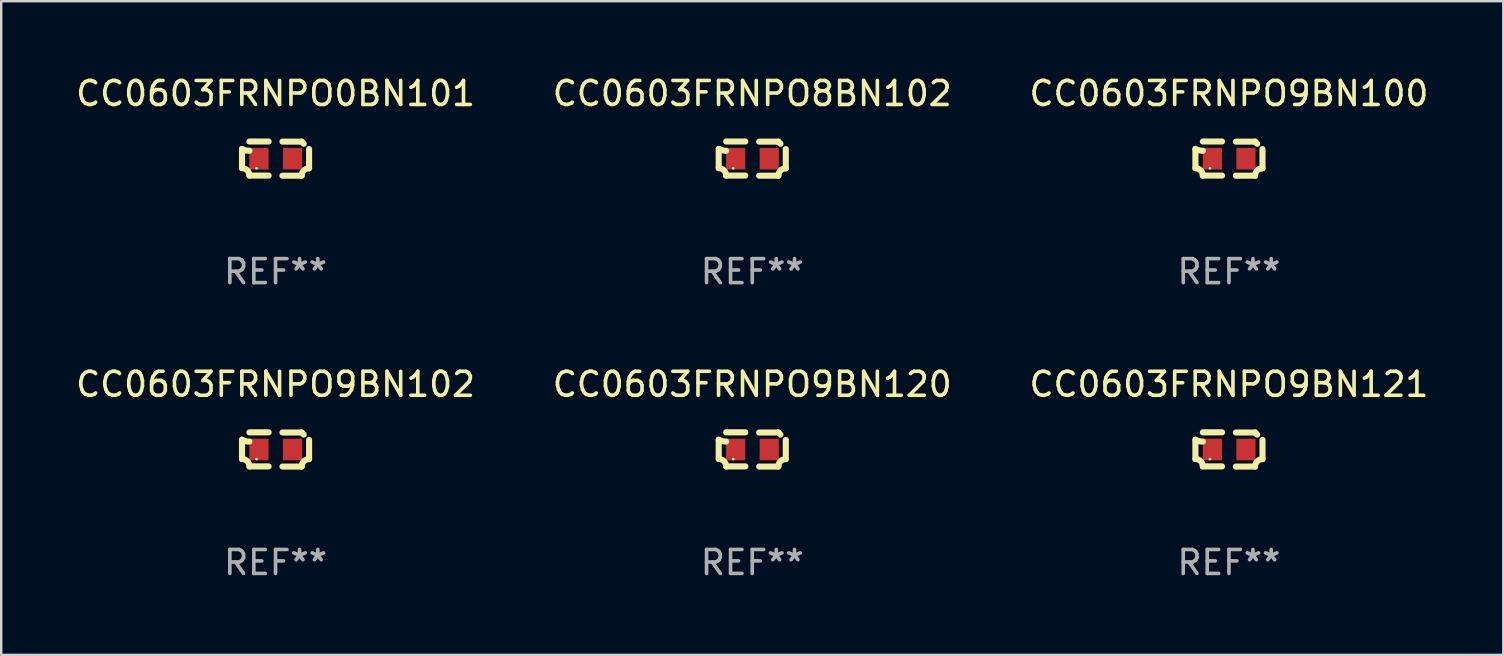
<source format=kicad_pcb>
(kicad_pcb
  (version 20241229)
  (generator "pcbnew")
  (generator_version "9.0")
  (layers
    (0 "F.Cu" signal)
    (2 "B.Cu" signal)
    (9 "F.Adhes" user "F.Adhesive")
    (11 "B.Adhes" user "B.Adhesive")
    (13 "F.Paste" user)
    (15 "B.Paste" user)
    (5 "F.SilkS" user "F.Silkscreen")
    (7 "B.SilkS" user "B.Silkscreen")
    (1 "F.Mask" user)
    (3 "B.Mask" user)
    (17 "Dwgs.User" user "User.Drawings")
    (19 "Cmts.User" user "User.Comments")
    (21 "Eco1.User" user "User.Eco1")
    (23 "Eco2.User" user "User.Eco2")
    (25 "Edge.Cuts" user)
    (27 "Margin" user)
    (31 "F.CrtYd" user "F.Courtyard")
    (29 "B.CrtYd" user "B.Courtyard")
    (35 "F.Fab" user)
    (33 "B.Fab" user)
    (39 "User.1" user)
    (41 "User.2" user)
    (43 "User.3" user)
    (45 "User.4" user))
  (footprint "CC0603FRNPO9BN121"
    (layer "F.Cu")
    (at 48.173 15.683)
    (property "Reference" "CC0603FRNPO9BN121" (at 0 -2.713 0) (layer "F.SilkS") (effects (font (size 1 1) (thickness 0.15))))
    (attr through_hole)
    (fp_line (start -1.398 -0.403) (end -1.398 0.397) (stroke (width 0.254) (type solid)) (layer "F.SilkS"))
    (fp_line (start -0.288 -0.713) (end -1.088 -0.713) (stroke (width 0.254) (type solid)) (layer "F.SilkS"))
    (fp_line (start -0.288 0.707) (end -1.088 0.707) (stroke (width 0.254) (type solid)) (layer "F.SilkS"))
    (fp_line (start 0.288 -0.707) (end 1.088 -0.707) (stroke (width 0.254) (type solid)) (layer "F.SilkS"))
    (fp_line (start 0.288 0.713) (end 1.088 0.713) (stroke (width 0.254) (type solid)) (layer "F.SilkS"))
    (fp_line (start 1.398 -0.397) (end 1.398 0.403) (stroke (width 0.254) (type solid)) (layer "F.SilkS"))
    (fp_arc (start -1.397789 0.397066) (mid -1.178701 0.487826) (end -1.08796 0.706922) (stroke (width 0.254001) (type solid)) (layer "F.SilkS"))
    (fp_arc (start -1.08796 -0.327176) (mid -1.247436 -0.346384) (end -1.39779 -0.402908) (stroke (width 0.254001) (type solid)) (layer "F.SilkS"))
    (fp_arc (start 1.087909 0.712738) (mid 1.178656 0.493655) (end 1.397739 0.402908) (stroke (width 0.254001) (type solid)) (layer "F.SilkS"))
    (fp_arc (start 1.175925 -0.618926) (mid 1.131917 -0.662923) (end 1.08791 -0.706922) (stroke (width 0.254001) (type solid)) (layer "F.SilkS"))
    (fp_circle (center -0.792 0.403) (end -0.762 0.403) (stroke (width 0.06) (type solid)) (fill no) (layer "F.SilkS"))
    (fp_text user "REF**" (at 0 4.713 0) (layer "F.Fab") (effects (font (size 1 1) (thickness 0.15))))
    (pad "1" smd rect (at -0.692 0.003) (size 0.8 0.9) (layers "F.Cu" "F.Mask" "F.Paste"))
    (pad "2" smd rect (at 0.708 0.003) (size 0.8 0.9) (layers "F.Cu" "F.Mask" "F.Paste")))
  (footprint "CC0603FRNPO0BN101"
    (layer "F.Cu")
    (at 8.435 3.561)
    (property "Reference" "CC0603FRNPO0BN101" (at 0 -2.713 0) (layer "F.SilkS") (effects (font (size 1 1) (thickness 0.15))))
    (attr through_hole)
    (fp_line (start -1.398 -0.403) (end -1.398 0.397) (stroke (width 0.254) (type solid)) (layer "F.SilkS"))
    (fp_line (start -0.288 -0.713) (end -1.088 -0.713) (stroke (width 0.254) (type solid)) (layer "F.SilkS"))
    (fp_line (start -0.288 0.707) (end -1.088 0.707) (stroke (width 0.254) (type solid)) (layer "F.SilkS"))
    (fp_line (start 0.288 -0.707) (end 1.088 -0.707) (stroke (width 0.254) (type solid)) (layer "F.SilkS"))
    (fp_line (start 0.288 0.713) (end 1.088 0.713) (stroke (width 0.254) (type solid)) (layer "F.SilkS"))
    (fp_line (start 1.398 -0.397) (end 1.398 0.403) (stroke (width 0.254) (type solid)) (layer "F.SilkS"))
    (fp_arc (start -1.397789 0.397066) (mid -1.178701 0.487826) (end -1.08796 0.706922) (stroke (width 0.254001) (type solid)) (layer "F.SilkS"))
    (fp_arc (start -1.08796 -0.327176) (mid -1.247436 -0.346384) (end -1.39779 -0.402908) (stroke (width 0.254001) (type solid)) (layer "F.SilkS"))
    (fp_arc (start 1.087909 0.712738) (mid 1.178656 0.493655) (end 1.397739 0.402908) (stroke (width 0.254001) (type solid)) (layer "F.SilkS"))
    (fp_arc (start 1.175925 -0.618926) (mid 1.131917 -0.662923) (end 1.08791 -0.706922) (stroke (width 0.254001) (type solid)) (layer "F.SilkS"))
    (fp_circle (center -0.792 0.403) (end -0.762 0.403) (stroke (width 0.06) (type solid)) (fill no) (layer "F.SilkS"))
    (fp_text user "REF**" (at 0 4.713 0) (layer "F.Fab") (effects (font (size 1 1) (thickness 0.15))))
    (pad "1" smd rect (at -0.692 0.003) (size 0.8 0.9) (layers "F.Cu" "F.Mask" "F.Paste"))
    (pad "2" smd rect (at 0.708 0.003) (size 0.8 0.9) (layers "F.Cu" "F.Mask" "F.Paste")))
  (footprint "CC0603FRNPO9BN100"
    (layer "F.Cu")
    (at 48.173 3.561)
    (property "Reference" "CC0603FRNPO9BN100" (at 0 -2.713 0) (layer "F.SilkS") (effects (font (size 1 1) (thickness 0.15))))
    (attr through_hole)
    (fp_line (start -1.398 -0.403) (end -1.398 0.397) (stroke (width 0.254) (type solid)) (layer "F.SilkS"))
    (fp_line (start -0.288 -0.713) (end -1.088 -0.713) (stroke (width 0.254) (type solid)) (layer "F.SilkS"))
    (fp_line (start -0.288 0.707) (end -1.088 0.707) (stroke (width 0.254) (type solid)) (layer "F.SilkS"))
    (fp_line (start 0.288 -0.707) (end 1.088 -0.707) (stroke (width 0.254) (type solid)) (layer "F.SilkS"))
    (fp_line (start 0.288 0.713) (end 1.088 0.713) (stroke (width 0.254) (type solid)) (layer "F.SilkS"))
    (fp_line (start 1.398 -0.397) (end 1.398 0.403) (stroke (width 0.254) (type solid)) (layer "F.SilkS"))
    (fp_arc (start -1.397789 0.397066) (mid -1.178701 0.487826) (end -1.08796 0.706922) (stroke (width 0.254001) (type solid)) (layer "F.SilkS"))
    (fp_arc (start -1.08796 -0.327176) (mid -1.247436 -0.346384) (end -1.39779 -0.402908) (stroke (width 0.254001) (type solid)) (layer "F.SilkS"))
    (fp_arc (start 1.087909 0.712738) (mid 1.178656 0.493655) (end 1.397739 0.402908) (stroke (width 0.254001) (type solid)) (layer "F.SilkS"))
    (fp_arc (start 1.175925 -0.618926) (mid 1.131917 -0.662923) (end 1.08791 -0.706922) (stroke (width 0.254001) (type solid)) (layer "F.SilkS"))
    (fp_circle (center -0.792 0.403) (end -0.762 0.403) (stroke (width 0.06) (type solid)) (fill no) (layer "F.SilkS"))
    (fp_text user "REF**" (at 0 4.713 0) (layer "F.Fab") (effects (font (size 1 1) (thickness 0.15))))
    (pad "1" smd rect (at -0.692 0.003) (size 0.8 0.9) (layers "F.Cu" "F.Mask" "F.Paste"))
    (pad "2" smd rect (at 0.708 0.003) (size 0.8 0.9) (layers "F.Cu" "F.Mask" "F.Paste")))
  (footprint "CC0603FRNPO9BN120"
    (layer "F.Cu")
    (at 28.304 15.683)
    (property "Reference" "CC0603FRNPO9BN120" (at 0 -2.713 0) (layer "F.SilkS") (effects (font (size 1 1) (thickness 0.15))))
    (attr through_hole)
    (fp_line (start -1.398 -0.403) (end -1.398 0.397) (stroke (width 0.254) (type solid)) (layer "F.SilkS"))
    (fp_line (start -0.288 -0.713) (end -1.088 -0.713) (stroke (width 0.254) (type solid)) (layer "F.SilkS"))
    (fp_line (start -0.288 0.707) (end -1.088 0.707) (stroke (width 0.254) (type solid)) (layer "F.SilkS"))
    (fp_line (start 0.288 -0.707) (end 1.088 -0.707) (stroke (width 0.254) (type solid)) (layer "F.SilkS"))
    (fp_line (start 0.288 0.713) (end 1.088 0.713) (stroke (width 0.254) (type solid)) (layer "F.SilkS"))
    (fp_line (start 1.398 -0.397) (end 1.398 0.403) (stroke (width 0.254) (type solid)) (layer "F.SilkS"))
    (fp_arc (start -1.397789 0.397066) (mid -1.178701 0.487826) (end -1.08796 0.706922) (stroke (width 0.254001) (type solid)) (layer "F.SilkS"))
    (fp_arc (start -1.08796 -0.327176) (mid -1.247436 -0.346384) (end -1.39779 -0.402908) (stroke (width 0.254001) (type solid)) (layer "F.SilkS"))
    (fp_arc (start 1.087909 0.712738) (mid 1.178656 0.493655) (end 1.397739 0.402908) (stroke (width 0.254001) (type solid)) (layer "F.SilkS"))
    (fp_arc (start 1.175925 -0.618926) (mid 1.131917 -0.662923) (end 1.08791 -0.706922) (stroke (width 0.254001) (type solid)) (layer "F.SilkS"))
    (fp_circle (center -0.792 0.403) (end -0.762 0.403) (stroke (width 0.06) (type solid)) (fill no) (layer "F.SilkS"))
    (fp_text user "REF**" (at 0 4.713 0) (layer "F.Fab") (effects (font (size 1 1) (thickness 0.15))))
    (pad "1" smd rect (at -0.692 0.003) (size 0.8 0.9) (layers "F.Cu" "F.Mask" "F.Paste"))
    (pad "2" smd rect (at 0.708 0.003) (size 0.8 0.9) (layers "F.Cu" "F.Mask" "F.Paste")))
  (footprint "CC0603FRNPO9BN102"
    (layer "F.Cu")
    (at 8.435 15.683)
    (property "Reference" "CC0603FRNPO9BN102" (at 0 -2.713 0) (layer "F.SilkS") (effects (font (size 1 1) (thickness 0.15))))
    (attr through_hole)
    (fp_line (start -1.398 -0.403) (end -1.398 0.397) (stroke (width 0.254) (type solid)) (layer "F.SilkS"))
    (fp_line (start -0.288 -0.713) (end -1.088 -0.713) (stroke (width 0.254) (type solid)) (layer "F.SilkS"))
    (fp_line (start -0.288 0.707) (end -1.088 0.707) (stroke (width 0.254) (type solid)) (layer "F.SilkS"))
    (fp_line (start 0.288 -0.707) (end 1.088 -0.707) (stroke (width 0.254) (type solid)) (layer "F.SilkS"))
    (fp_line (start 0.288 0.713) (end 1.088 0.713) (stroke (width 0.254) (type solid)) (layer "F.SilkS"))
    (fp_line (start 1.398 -0.397) (end 1.398 0.403) (stroke (width 0.254) (type solid)) (layer "F.SilkS"))
    (fp_arc (start -1.397789 0.397066) (mid -1.178701 0.487826) (end -1.08796 0.706922) (stroke (width 0.254001) (type solid)) (layer "F.SilkS"))
    (fp_arc (start -1.08796 -0.327176) (mid -1.247436 -0.346384) (end -1.39779 -0.402908) (stroke (width 0.254001) (type solid)) (layer "F.SilkS"))
    (fp_arc (start 1.087909 0.712738) (mid 1.178656 0.493655) (end 1.397739 0.402908) (stroke (width 0.254001) (type solid)) (layer "F.SilkS"))
    (fp_arc (start 1.175925 -0.618926) (mid 1.131917 -0.662923) (end 1.08791 -0.706922) (stroke (width 0.254001) (type solid)) (layer "F.SilkS"))
    (fp_circle (center -0.792 0.403) (end -0.762 0.403) (stroke (width 0.06) (type solid)) (fill no) (layer "F.SilkS"))
    (fp_text user "REF**" (at 0 4.713 0) (layer "F.Fab") (effects (font (size 1 1) (thickness 0.15))))
    (pad "1" smd rect (at -0.692 0.003) (size 0.8 0.9) (layers "F.Cu" "F.Mask" "F.Paste"))
    (pad "2" smd rect (at 0.708 0.003) (size 0.8 0.9) (layers "F.Cu" "F.Mask" "F.Paste")))
  (footprint "CC0603FRNPO8BN102"
    (layer "F.Cu")
    (at 28.304 3.561)
    (property "Reference" "CC0603FRNPO8BN102" (at 0 -2.713 0) (layer "F.SilkS") (effects (font (size 1 1) (thickness 0.15))))
    (attr through_hole)
    (fp_line (start -1.398 -0.403) (end -1.398 0.397) (stroke (width 0.254) (type solid)) (layer "F.SilkS"))
    (fp_line (start -0.288 -0.713) (end -1.088 -0.713) (stroke (width 0.254) (type solid)) (layer "F.SilkS"))
    (fp_line (start -0.288 0.707) (end -1.088 0.707) (stroke (width 0.254) (type solid)) (layer "F.SilkS"))
    (fp_line (start 0.288 -0.707) (end 1.088 -0.707) (stroke (width 0.254) (type solid)) (layer "F.SilkS"))
    (fp_line (start 0.288 0.713) (end 1.088 0.713) (stroke (width 0.254) (type solid)) (layer "F.SilkS"))
    (fp_line (start 1.398 -0.397) (end 1.398 0.403) (stroke (width 0.254) (type solid)) (layer "F.SilkS"))
    (fp_arc (start -1.397789 0.397066) (mid -1.178701 0.487826) (end -1.08796 0.706922) (stroke (width 0.254001) (type solid)) (layer "F.SilkS"))
    (fp_arc (start -1.08796 -0.327176) (mid -1.247436 -0.346384) (end -1.39779 -0.402908) (stroke (width 0.254001) (type solid)) (layer "F.SilkS"))
    (fp_arc (start 1.087909 0.712738) (mid 1.178656 0.493655) (end 1.397739 0.402908) (stroke (width 0.254001) (type solid)) (layer "F.SilkS"))
    (fp_arc (start 1.175925 -0.618926) (mid 1.131917 -0.662923) (end 1.08791 -0.706922) (stroke (width 0.254001) (type solid)) (layer "F.SilkS"))
    (fp_circle (center -0.792 0.403) (end -0.762 0.403) (stroke (width 0.06) (type solid)) (fill no) (layer "F.SilkS"))
    (fp_text user "REF**" (at 0 4.713 0) (layer "F.Fab") (effects (font (size 1 1) (thickness 0.15))))
    (pad "1" smd rect (at -0.692 0.003) (size 0.8 0.9) (layers "F.Cu" "F.Mask" "F.Paste"))
    (pad "2" smd rect (at 0.708 0.003) (size 0.8 0.9) (layers "F.Cu" "F.Mask" "F.Paste")))
  (gr_rect
    (start -3 -3)
    (end 59.607 24.244)
    (stroke (width 0.1) (type default))
    (fill no)
    (layer "Edge.Cuts")))
</source>
